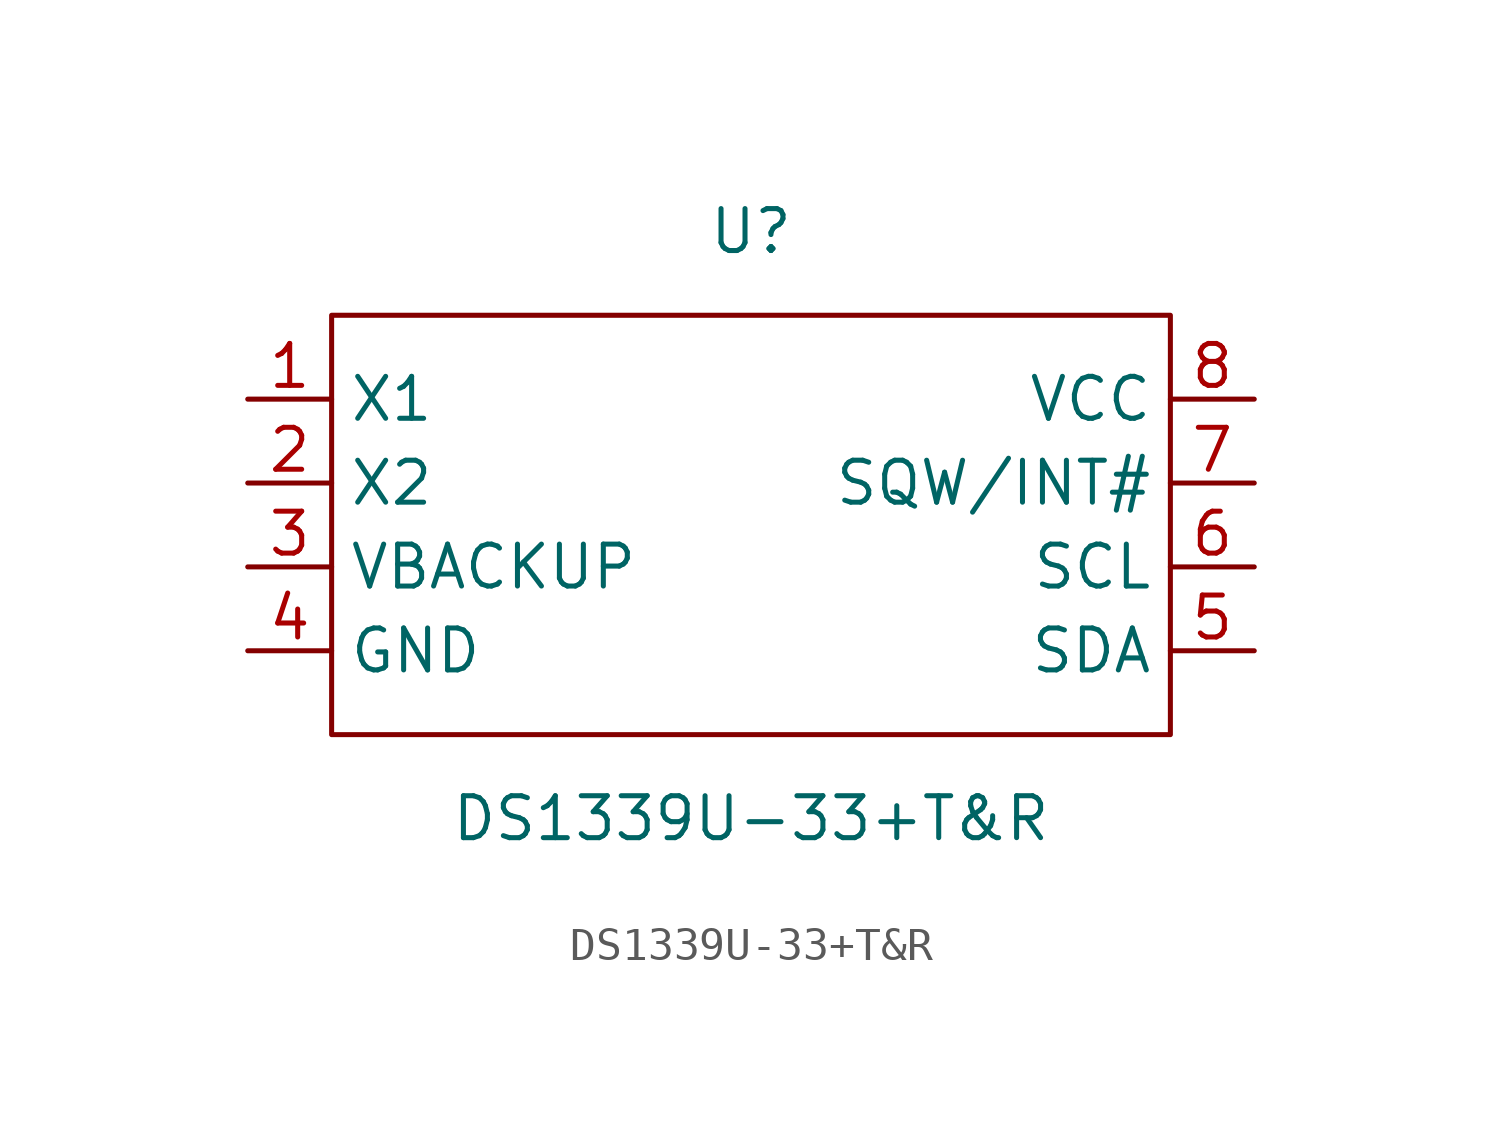
<source format=kicad_sym>
(kicad_symbol_lib
  (version 20211014)
  (generator kicad_symbol_editor)
  (symbol "DS1339U-33+T&R"
    (property "Reference" "U"
      (at 0 8.89 0)
      (effects (font (size 1.27 1.27))))
    (property "Value" "DS1339U-33+T&R"
      (at 0 -8.89 0)
      (effects (font (size 1.27 1.27))))
    (symbol "DS1339U-33+T&R_0_1"
      (rectangle (start -12.7 6.35) (end 12.7 -6.35) (stroke (width 0) (type default) (color 0 0 0 0)) (fill (type none))))
    (symbol "DS1339U-33+T&R_1_1"
      (pin passive line (at -15.24 3.81 0) (length 2.54) (name "X1" (effects (font (size 1.27 1.27)))) (number "1" (effects (font (size 1.27 1.27)))))
      (pin passive line (at -15.24 1.27 0) (length 2.54) (name "X2" (effects (font (size 1.27 1.27)))) (number "2" (effects (font (size 1.27 1.27)))))
      (pin passive line (at -15.24 -1.27 0) (length 2.54) (name "VBACKUP" (effects (font (size 1.27 1.27)))) (number "3" (effects (font (size 1.27 1.27)))))
      (pin power_in line (at -15.24 -3.81 0) (length 2.54) (name "GND" (effects (font (size 1.27 1.27)))) (number "4" (effects (font (size 1.27 1.27)))))
      (pin passive line (at 15.24 -3.81 180) (length 2.54) (name "SDA" (effects (font (size 1.27 1.27)))) (number "5" (effects (font (size 1.27 1.27)))))
      (pin passive line (at 15.24 -1.27 180) (length 2.54) (name "SCL" (effects (font (size 1.27 1.27)))) (number "6" (effects (font (size 1.27 1.27)))))
      (pin passive line (at 15.24 1.27 180) (length 2.54) (name "SQW/INT#" (effects (font (size 1.27 1.27)))) (number "7" (effects (font (size 1.27 1.27)))))
      (pin power_in line (at 15.24 3.81 180) (length 2.54) (name "VCC" (effects (font (size 1.27 1.27)))) (number "8" (effects (font (size 1.27 1.27))))))))
</source>
